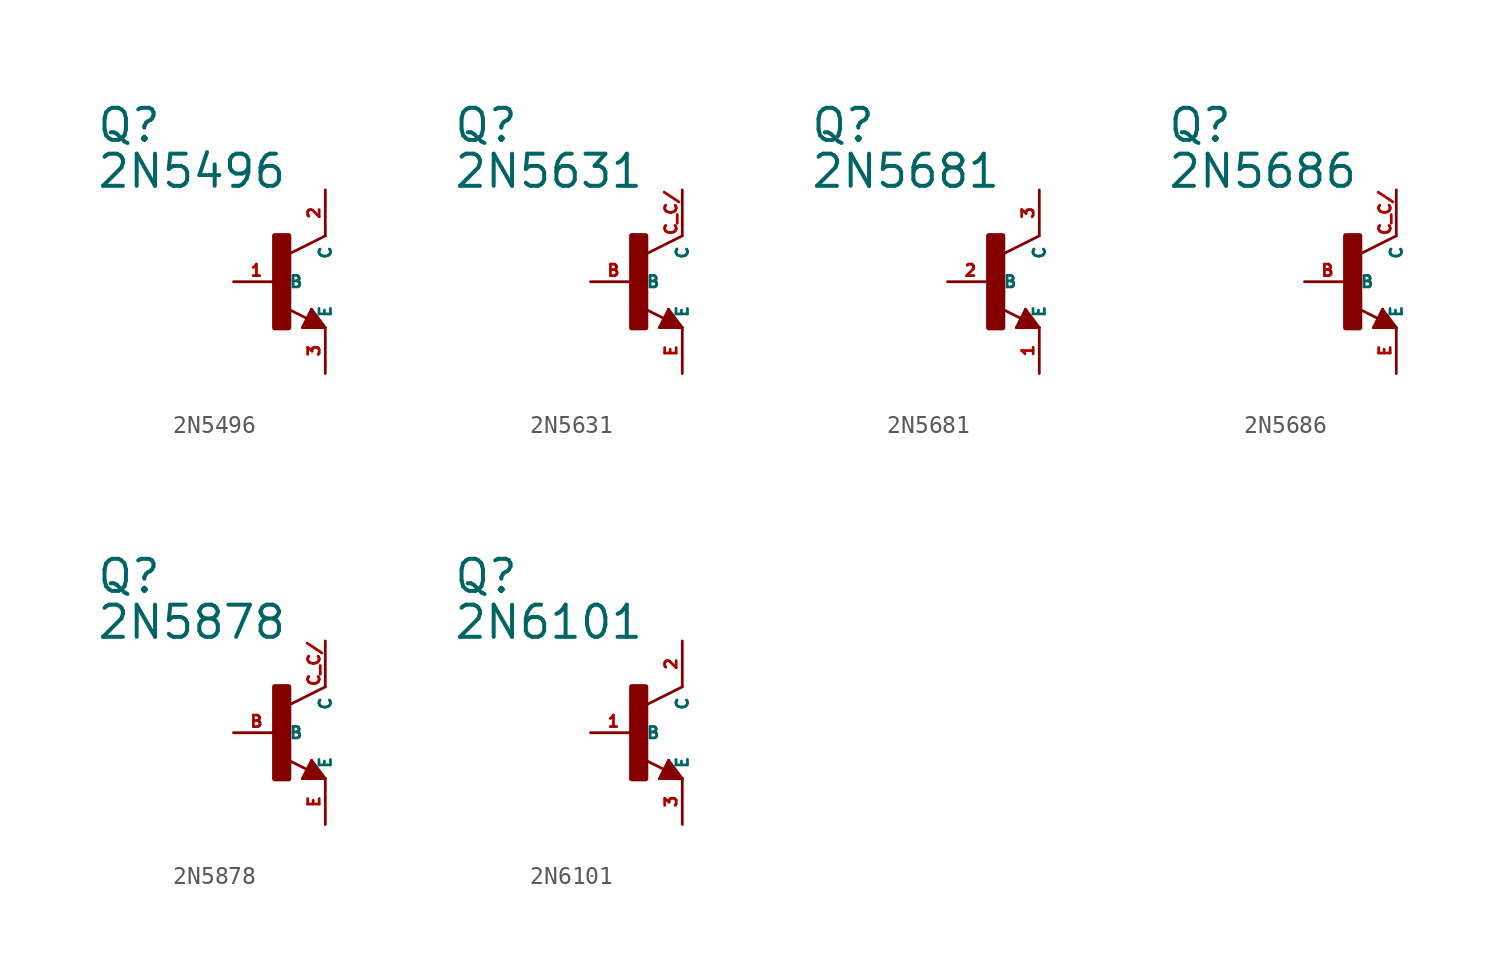
<source format=kicad_sym>
(kicad_symbol_lib
  (version 20220914)
  (generator Eagle2Kicad)
  (symbol "2N5496"
    (property "Reference" "Q"
      (at -10.16 7.62 0)
      (effects (font (size 1.778 1.778) (thickness 0.22)) (justify left bottom)))
    (property "Value" "2N5496"
      (at -10.16 5.08 0)
      (effects (font (size 1.778 1.778) (thickness 0.22)) (justify left bottom)))
    (polyline
      (pts (xy 2.54 2.54) (xy 0.508 1.524))
      (stroke (width 0.152) (type default))
      (fill (type none)))
    (polyline
      (pts (xy 1.778 -1.524) (xy 2.54 -2.54))
      (stroke (width 0.152) (type default))
      (fill (type none)))
    (polyline
      (pts (xy 2.54 -2.54) (xy 1.27 -2.54))
      (stroke (width 0.152) (type default))
      (fill (type none)))
    (polyline
      (pts (xy 1.27 -2.54) (xy 1.778 -1.524))
      (stroke (width 0.152) (type default))
      (fill (type none)))
    (polyline
      (pts (xy 1.54 -2.04) (xy 0.308 -1.424))
      (stroke (width 0.152) (type default))
      (fill (type none)))
    (polyline
      (pts (xy 1.524 -2.413) (xy 2.286 -2.413))
      (stroke (width 0.254) (type default))
      (fill (type none)))
    (polyline
      (pts (xy 2.286 -2.413) (xy 1.778 -1.778))
      (stroke (width 0.254) (type default))
      (fill (type none)))
    (polyline
      (pts (xy 1.778 -1.778) (xy 1.524 -2.286))
      (stroke (width 0.254) (type default))
      (fill (type none)))
    (polyline
      (pts (xy 1.524 -2.286) (xy 1.905 -2.286))
      (stroke (width 0.254) (type default))
      (fill (type none)))
    (polyline
      (pts (xy 1.905 -2.286) (xy 1.778 -2.032))
      (stroke (width 0.254) (type default))
      (fill (type none)))
    (rectangle
      (start -0.254 -2.54)
      (end 0.508 2.54)
      (stroke (width 0.3) (type default))
      (fill (type outline)))
    (pin passive line
      (at -2.54 0 0)
      (length 2.54)
      (name "B" (effects (font (size 0.635 0.635) (thickness 0.08)) (justify left bottom)))
      (number "1" (effects (font (size 0.635 0.635) (thickness 0.08)) (justify left bottom))))
    (pin passive line
      (at 2.54 -5.08 90)
      (length 2.54)
      (name "E" (effects (font (size 0.635 0.635) (thickness 0.08)) (justify left bottom)))
      (number "3" (effects (font (size 0.635 0.635) (thickness 0.08)) (justify left bottom))))
    (pin passive line
      (at 2.54 5.08 270)
      (length 2.54)
      (name "C" (effects (font (size 0.635 0.635) (thickness 0.08)) (justify left bottom)))
      (number "2" (effects (font (size 0.635 0.635) (thickness 0.08)) (justify left bottom)))))
  (symbol "2N5631"
    (property "Reference" "Q"
      (at -10.16 7.62 0)
      (effects (font (size 1.778 1.778) (thickness 0.22)) (justify left bottom)))
    (property "Value" "2N5631"
      (at -10.16 5.08 0)
      (effects (font (size 1.778 1.778) (thickness 0.22)) (justify left bottom)))
    (polyline
      (pts (xy 2.54 2.54) (xy 0.508 1.524))
      (stroke (width 0.152) (type default))
      (fill (type none)))
    (polyline
      (pts (xy 1.778 -1.524) (xy 2.54 -2.54))
      (stroke (width 0.152) (type default))
      (fill (type none)))
    (polyline
      (pts (xy 2.54 -2.54) (xy 1.27 -2.54))
      (stroke (width 0.152) (type default))
      (fill (type none)))
    (polyline
      (pts (xy 1.27 -2.54) (xy 1.778 -1.524))
      (stroke (width 0.152) (type default))
      (fill (type none)))
    (polyline
      (pts (xy 1.54 -2.04) (xy 0.308 -1.424))
      (stroke (width 0.152) (type default))
      (fill (type none)))
    (polyline
      (pts (xy 1.524 -2.413) (xy 2.286 -2.413))
      (stroke (width 0.254) (type default))
      (fill (type none)))
    (polyline
      (pts (xy 2.286 -2.413) (xy 1.778 -1.778))
      (stroke (width 0.254) (type default))
      (fill (type none)))
    (polyline
      (pts (xy 1.778 -1.778) (xy 1.524 -2.286))
      (stroke (width 0.254) (type default))
      (fill (type none)))
    (polyline
      (pts (xy 1.524 -2.286) (xy 1.905 -2.286))
      (stroke (width 0.254) (type default))
      (fill (type none)))
    (polyline
      (pts (xy 1.905 -2.286) (xy 1.778 -2.032))
      (stroke (width 0.254) (type default))
      (fill (type none)))
    (rectangle
      (start -0.254 -2.54)
      (end 0.508 2.54)
      (stroke (width 0.3) (type default))
      (fill (type outline)))
    (pin passive line
      (at -2.54 0 0)
      (length 2.54)
      (name "B" (effects (font (size 0.635 0.635) (thickness 0.08)) (justify left bottom)))
      (number "B" (effects (font (size 0.635 0.635) (thickness 0.08)) (justify left bottom))))
    (pin passive line
      (at 2.54 -5.08 90)
      (length 2.54)
      (name "E" (effects (font (size 0.635 0.635) (thickness 0.08)) (justify left bottom)))
      (number "E" (effects (font (size 0.635 0.635) (thickness 0.08)) (justify left bottom))))
    (pin passive line
      (at 2.54 5.08 270)
      (length 2.54)
      (name "C" (effects (font (size 0.635 0.635) (thickness 0.08)) (justify left bottom)))
      (number "C C/" (effects (font (size 0.635 0.635) (thickness 0.08)) (justify left bottom)))))
  (symbol "2N5681"
    (property "Reference" "Q"
      (at -10.16 7.62 0)
      (effects (font (size 1.778 1.778) (thickness 0.22)) (justify left bottom)))
    (property "Value" "2N5681"
      (at -10.16 5.08 0)
      (effects (font (size 1.778 1.778) (thickness 0.22)) (justify left bottom)))
    (polyline
      (pts (xy 2.54 2.54) (xy 0.508 1.524))
      (stroke (width 0.152) (type default))
      (fill (type none)))
    (polyline
      (pts (xy 1.778 -1.524) (xy 2.54 -2.54))
      (stroke (width 0.152) (type default))
      (fill (type none)))
    (polyline
      (pts (xy 2.54 -2.54) (xy 1.27 -2.54))
      (stroke (width 0.152) (type default))
      (fill (type none)))
    (polyline
      (pts (xy 1.27 -2.54) (xy 1.778 -1.524))
      (stroke (width 0.152) (type default))
      (fill (type none)))
    (polyline
      (pts (xy 1.54 -2.04) (xy 0.308 -1.424))
      (stroke (width 0.152) (type default))
      (fill (type none)))
    (polyline
      (pts (xy 1.524 -2.413) (xy 2.286 -2.413))
      (stroke (width 0.254) (type default))
      (fill (type none)))
    (polyline
      (pts (xy 2.286 -2.413) (xy 1.778 -1.778))
      (stroke (width 0.254) (type default))
      (fill (type none)))
    (polyline
      (pts (xy 1.778 -1.778) (xy 1.524 -2.286))
      (stroke (width 0.254) (type default))
      (fill (type none)))
    (polyline
      (pts (xy 1.524 -2.286) (xy 1.905 -2.286))
      (stroke (width 0.254) (type default))
      (fill (type none)))
    (polyline
      (pts (xy 1.905 -2.286) (xy 1.778 -2.032))
      (stroke (width 0.254) (type default))
      (fill (type none)))
    (rectangle
      (start -0.254 -2.54)
      (end 0.508 2.54)
      (stroke (width 0.3) (type default))
      (fill (type outline)))
    (pin passive line
      (at -2.54 0 0)
      (length 2.54)
      (name "B" (effects (font (size 0.635 0.635) (thickness 0.08)) (justify left bottom)))
      (number "2" (effects (font (size 0.635 0.635) (thickness 0.08)) (justify left bottom))))
    (pin passive line
      (at 2.54 -5.08 90)
      (length 2.54)
      (name "E" (effects (font (size 0.635 0.635) (thickness 0.08)) (justify left bottom)))
      (number "1" (effects (font (size 0.635 0.635) (thickness 0.08)) (justify left bottom))))
    (pin passive line
      (at 2.54 5.08 270)
      (length 2.54)
      (name "C" (effects (font (size 0.635 0.635) (thickness 0.08)) (justify left bottom)))
      (number "3" (effects (font (size 0.635 0.635) (thickness 0.08)) (justify left bottom)))))
  (symbol "2N5686"
    (property "Reference" "Q"
      (at -10.16 7.62 0)
      (effects (font (size 1.778 1.778) (thickness 0.22)) (justify left bottom)))
    (property "Value" "2N5686"
      (at -10.16 5.08 0)
      (effects (font (size 1.778 1.778) (thickness 0.22)) (justify left bottom)))
    (polyline
      (pts (xy 2.54 2.54) (xy 0.508 1.524))
      (stroke (width 0.152) (type default))
      (fill (type none)))
    (polyline
      (pts (xy 1.778 -1.524) (xy 2.54 -2.54))
      (stroke (width 0.152) (type default))
      (fill (type none)))
    (polyline
      (pts (xy 2.54 -2.54) (xy 1.27 -2.54))
      (stroke (width 0.152) (type default))
      (fill (type none)))
    (polyline
      (pts (xy 1.27 -2.54) (xy 1.778 -1.524))
      (stroke (width 0.152) (type default))
      (fill (type none)))
    (polyline
      (pts (xy 1.54 -2.04) (xy 0.308 -1.424))
      (stroke (width 0.152) (type default))
      (fill (type none)))
    (polyline
      (pts (xy 1.524 -2.413) (xy 2.286 -2.413))
      (stroke (width 0.254) (type default))
      (fill (type none)))
    (polyline
      (pts (xy 2.286 -2.413) (xy 1.778 -1.778))
      (stroke (width 0.254) (type default))
      (fill (type none)))
    (polyline
      (pts (xy 1.778 -1.778) (xy 1.524 -2.286))
      (stroke (width 0.254) (type default))
      (fill (type none)))
    (polyline
      (pts (xy 1.524 -2.286) (xy 1.905 -2.286))
      (stroke (width 0.254) (type default))
      (fill (type none)))
    (polyline
      (pts (xy 1.905 -2.286) (xy 1.778 -2.032))
      (stroke (width 0.254) (type default))
      (fill (type none)))
    (rectangle
      (start -0.254 -2.54)
      (end 0.508 2.54)
      (stroke (width 0.3) (type default))
      (fill (type outline)))
    (pin passive line
      (at -2.54 0 0)
      (length 2.54)
      (name "B" (effects (font (size 0.635 0.635) (thickness 0.08)) (justify left bottom)))
      (number "B" (effects (font (size 0.635 0.635) (thickness 0.08)) (justify left bottom))))
    (pin passive line
      (at 2.54 -5.08 90)
      (length 2.54)
      (name "E" (effects (font (size 0.635 0.635) (thickness 0.08)) (justify left bottom)))
      (number "E" (effects (font (size 0.635 0.635) (thickness 0.08)) (justify left bottom))))
    (pin passive line
      (at 2.54 5.08 270)
      (length 2.54)
      (name "C" (effects (font (size 0.635 0.635) (thickness 0.08)) (justify left bottom)))
      (number "C C/" (effects (font (size 0.635 0.635) (thickness 0.08)) (justify left bottom)))))
  (symbol "2N5878"
    (property "Reference" "Q"
      (at -10.16 7.62 0)
      (effects (font (size 1.778 1.778) (thickness 0.22)) (justify left bottom)))
    (property "Value" "2N5878"
      (at -10.16 5.08 0)
      (effects (font (size 1.778 1.778) (thickness 0.22)) (justify left bottom)))
    (polyline
      (pts (xy 2.54 2.54) (xy 0.508 1.524))
      (stroke (width 0.152) (type default))
      (fill (type none)))
    (polyline
      (pts (xy 1.778 -1.524) (xy 2.54 -2.54))
      (stroke (width 0.152) (type default))
      (fill (type none)))
    (polyline
      (pts (xy 2.54 -2.54) (xy 1.27 -2.54))
      (stroke (width 0.152) (type default))
      (fill (type none)))
    (polyline
      (pts (xy 1.27 -2.54) (xy 1.778 -1.524))
      (stroke (width 0.152) (type default))
      (fill (type none)))
    (polyline
      (pts (xy 1.54 -2.04) (xy 0.308 -1.424))
      (stroke (width 0.152) (type default))
      (fill (type none)))
    (polyline
      (pts (xy 1.524 -2.413) (xy 2.286 -2.413))
      (stroke (width 0.254) (type default))
      (fill (type none)))
    (polyline
      (pts (xy 2.286 -2.413) (xy 1.778 -1.778))
      (stroke (width 0.254) (type default))
      (fill (type none)))
    (polyline
      (pts (xy 1.778 -1.778) (xy 1.524 -2.286))
      (stroke (width 0.254) (type default))
      (fill (type none)))
    (polyline
      (pts (xy 1.524 -2.286) (xy 1.905 -2.286))
      (stroke (width 0.254) (type default))
      (fill (type none)))
    (polyline
      (pts (xy 1.905 -2.286) (xy 1.778 -2.032))
      (stroke (width 0.254) (type default))
      (fill (type none)))
    (rectangle
      (start -0.254 -2.54)
      (end 0.508 2.54)
      (stroke (width 0.3) (type default))
      (fill (type outline)))
    (pin passive line
      (at -2.54 0 0)
      (length 2.54)
      (name "B" (effects (font (size 0.635 0.635) (thickness 0.08)) (justify left bottom)))
      (number "B" (effects (font (size 0.635 0.635) (thickness 0.08)) (justify left bottom))))
    (pin passive line
      (at 2.54 -5.08 90)
      (length 2.54)
      (name "E" (effects (font (size 0.635 0.635) (thickness 0.08)) (justify left bottom)))
      (number "E" (effects (font (size 0.635 0.635) (thickness 0.08)) (justify left bottom))))
    (pin passive line
      (at 2.54 5.08 270)
      (length 2.54)
      (name "C" (effects (font (size 0.635 0.635) (thickness 0.08)) (justify left bottom)))
      (number "C C/" (effects (font (size 0.635 0.635) (thickness 0.08)) (justify left bottom)))))
  (symbol "2N6101"
    (property "Reference" "Q"
      (at -10.16 7.62 0)
      (effects (font (size 1.778 1.778) (thickness 0.22)) (justify left bottom)))
    (property "Value" "2N6101"
      (at -10.16 5.08 0)
      (effects (font (size 1.778 1.778) (thickness 0.22)) (justify left bottom)))
    (polyline
      (pts (xy 2.54 2.54) (xy 0.508 1.524))
      (stroke (width 0.152) (type default))
      (fill (type none)))
    (polyline
      (pts (xy 1.778 -1.524) (xy 2.54 -2.54))
      (stroke (width 0.152) (type default))
      (fill (type none)))
    (polyline
      (pts (xy 2.54 -2.54) (xy 1.27 -2.54))
      (stroke (width 0.152) (type default))
      (fill (type none)))
    (polyline
      (pts (xy 1.27 -2.54) (xy 1.778 -1.524))
      (stroke (width 0.152) (type default))
      (fill (type none)))
    (polyline
      (pts (xy 1.54 -2.04) (xy 0.308 -1.424))
      (stroke (width 0.152) (type default))
      (fill (type none)))
    (polyline
      (pts (xy 1.524 -2.413) (xy 2.286 -2.413))
      (stroke (width 0.254) (type default))
      (fill (type none)))
    (polyline
      (pts (xy 2.286 -2.413) (xy 1.778 -1.778))
      (stroke (width 0.254) (type default))
      (fill (type none)))
    (polyline
      (pts (xy 1.778 -1.778) (xy 1.524 -2.286))
      (stroke (width 0.254) (type default))
      (fill (type none)))
    (polyline
      (pts (xy 1.524 -2.286) (xy 1.905 -2.286))
      (stroke (width 0.254) (type default))
      (fill (type none)))
    (polyline
      (pts (xy 1.905 -2.286) (xy 1.778 -2.032))
      (stroke (width 0.254) (type default))
      (fill (type none)))
    (rectangle
      (start -0.254 -2.54)
      (end 0.508 2.54)
      (stroke (width 0.3) (type default))
      (fill (type outline)))
    (pin passive line
      (at -2.54 0 0)
      (length 2.54)
      (name "B" (effects (font (size 0.635 0.635) (thickness 0.08)) (justify left bottom)))
      (number "1" (effects (font (size 0.635 0.635) (thickness 0.08)) (justify left bottom))))
    (pin passive line
      (at 2.54 -5.08 90)
      (length 2.54)
      (name "E" (effects (font (size 0.635 0.635) (thickness 0.08)) (justify left bottom)))
      (number "3" (effects (font (size 0.635 0.635) (thickness 0.08)) (justify left bottom))))
    (pin passive line
      (at 2.54 5.08 270)
      (length 2.54)
      (name "C" (effects (font (size 0.635 0.635) (thickness 0.08)) (justify left bottom)))
      (number "2" (effects (font (size 0.635 0.635) (thickness 0.08)) (justify left bottom))))))
</source>
